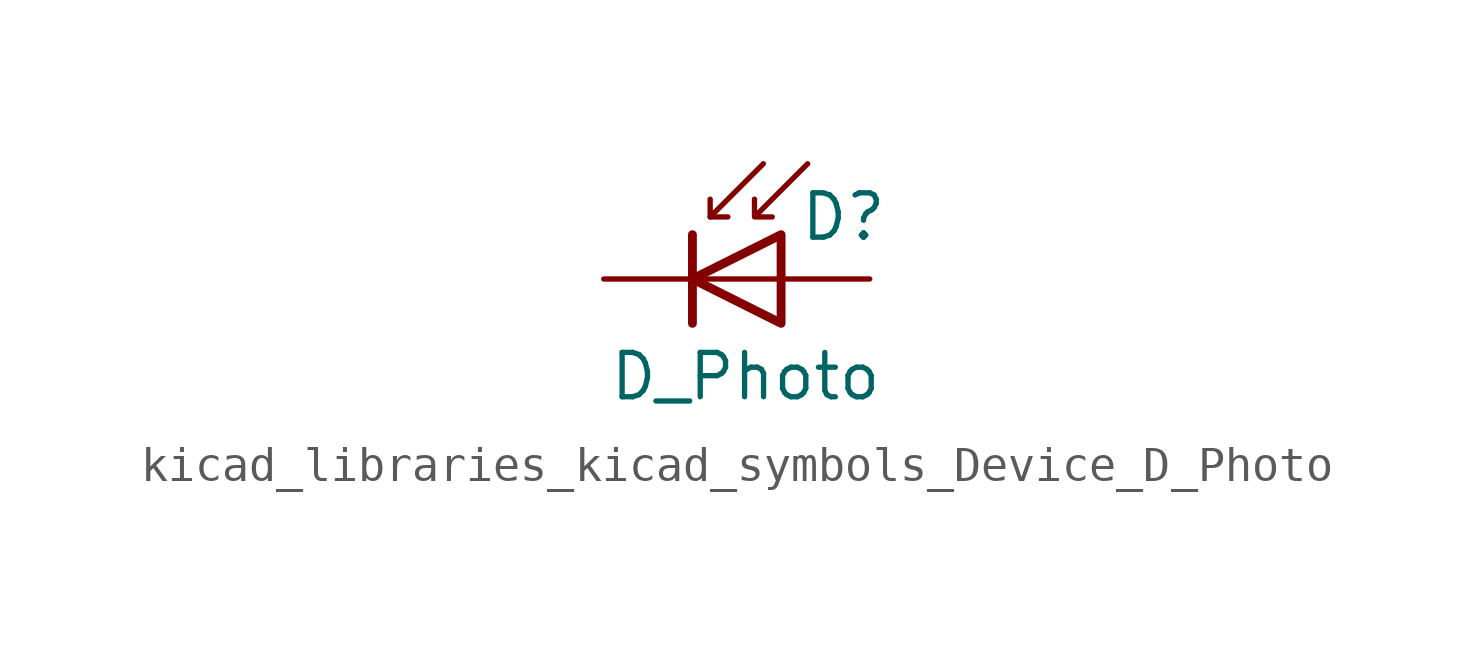
<source format=kicad_sym>
(kicad_symbol_lib
  (version 20220914)
  (generator kicad_symbol_editor)
  (symbol "kicad_libraries_kicad_symbols_Device_D_Photo"
    (pin_numbers hide)
    (pin_names hide)
    (property "Reference" "D"
      (at 0.508 1.778 0)
      (effects (font (size 1.27 1.27)) (justify left)))
    (property "Value" "D_Photo"
      (at -1.016 -2.794 0)
      (effects (font (size 1.27 1.27))))
    (symbol "kicad_libraries_kicad_symbols_Device_D_Photo_0_1"
      (polyline (pts (xy -2.54 1.27) (xy -2.54 -1.27)) (stroke (width 0.254) (type default)) (fill (type none)))
      (polyline (pts (xy -2.032 1.778) (xy -1.524 1.778)) (stroke (width 0) (type default)) (fill (type none)))
      (polyline (pts (xy 0 0) (xy -2.54 0)) (stroke (width 0) (type default)) (fill (type none)))
      (polyline (pts (xy -0.508 3.302) (xy -2.032 1.778) (xy -2.032 2.286)) (stroke (width 0) (type default)) (fill (type none)))
      (polyline (pts (xy 0 -1.27) (xy 0 1.27) (xy -2.54 0) (xy 0 -1.27)) (stroke (width 0.254) (type default)) (fill (type none)))
      (polyline (pts (xy 0.762 3.302) (xy -0.762 1.778) (xy -0.762 2.286) (xy -0.762 1.778) (xy -0.254 1.778)) (stroke (width 0) (type default)) (fill (type none))))
    (symbol "kicad_libraries_kicad_symbols_Device_D_Photo_1_1"
      (pin passive line (at -5.08 0 0) (length 2.54) (name "K" (effects (font (size 1.27 1.27)))) (number "1" (effects (font (size 1.27 1.27)))))
      (pin passive line (at 2.54 0 180) (length 2.54) (name "A" (effects (font (size 1.27 1.27)))) (number "2" (effects (font (size 1.27 1.27))))))))
</source>
